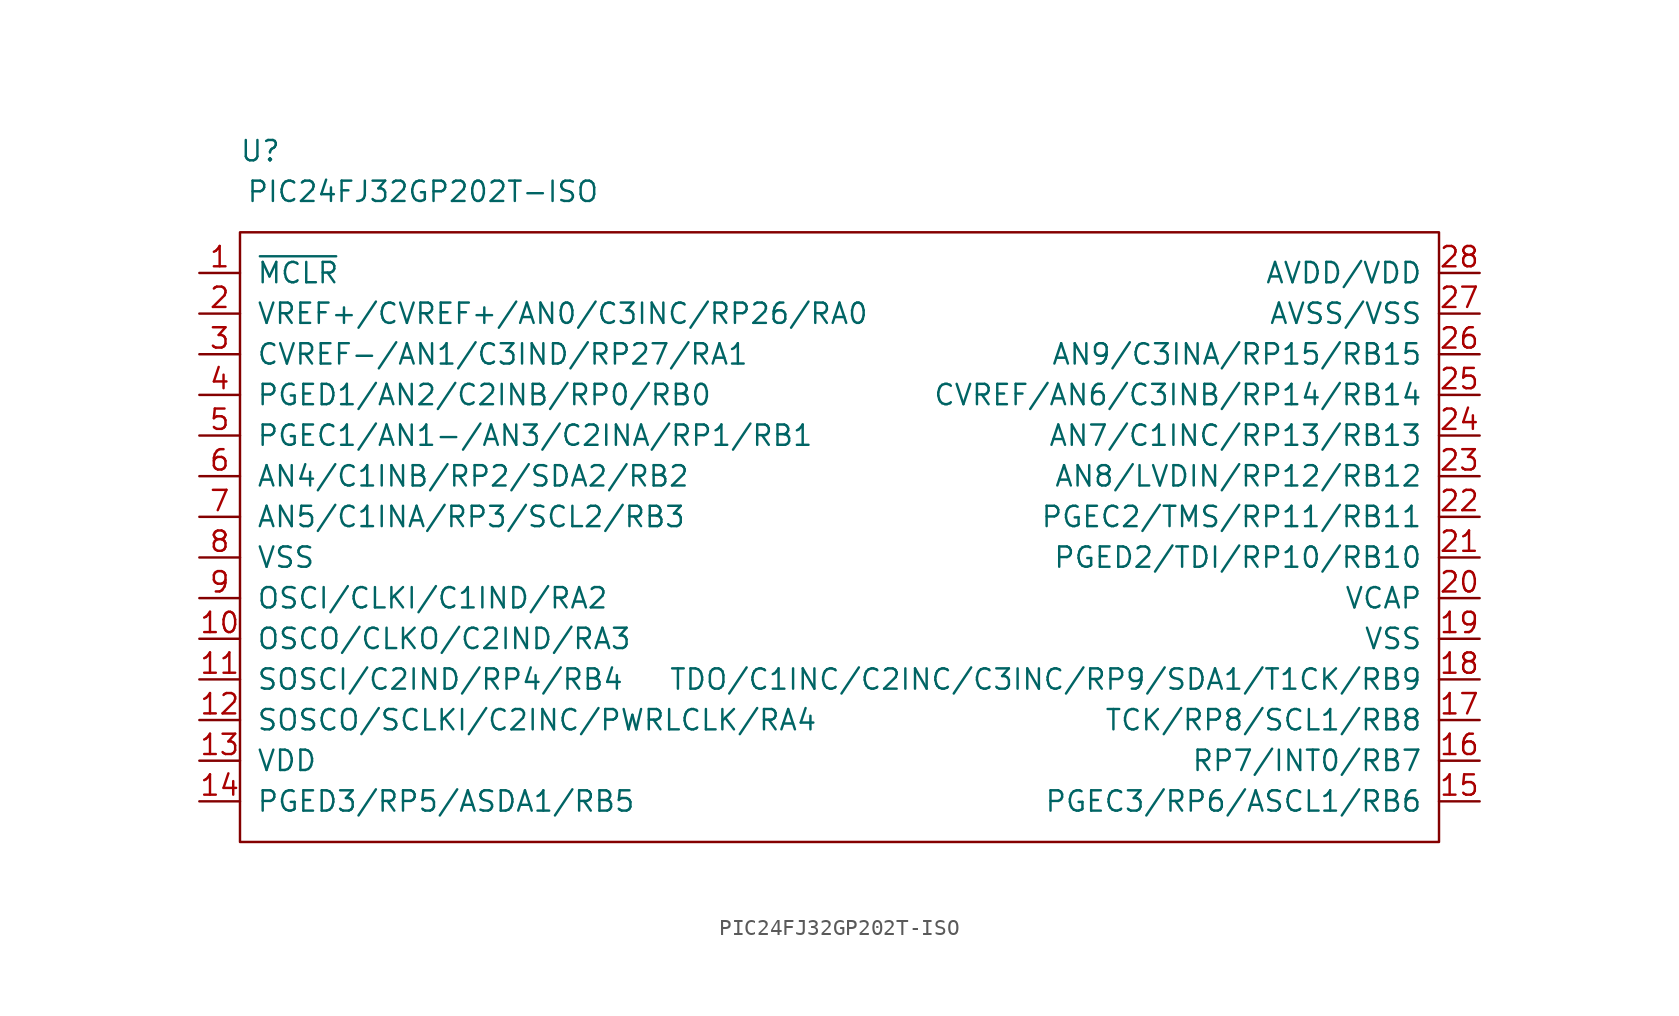
<source format=kicad_sym>
(kicad_symbol_lib
  (version 20211014)
  (generator kicad_symbol_editor)
  (symbol "PIC24FJ32GP202T-ISO"
    (pin_names
      (offset 1.016))
    (property "Reference" "U"
      (at -11.43 2.54 0)
      (effects (font (size 1.27 1.27))))
    (property "Value" "PIC24FJ32GP202T-ISO"
      (at -1.27 0 0)
      (effects (font (size 1.27 1.27))))
    (symbol "PIC24FJ32GP202T-ISO_0_1"
      (rectangle (start -12.7 -2.54) (end 62.23 -40.64) (stroke (width 0) (type default) (color 0 0 0 0)) (fill (type none))))
    (symbol "PIC24FJ32GP202T-ISO_1_1"
      (pin passive line (at -15.24 -5.08 0) (length 2.54) (name "~{MCLR}" (effects (font (size 1.27 1.27)))) (number "1" (effects (font (size 1.27 1.27)))))
      (pin passive line (at -15.24 -27.94 0) (length 2.54) (name "OSCO/CLKO/C2IND/RA3" (effects (font (size 1.27 1.27)))) (number "10" (effects (font (size 1.27 1.27)))))
      (pin passive line (at -15.24 -30.48 0) (length 2.54) (name "SOSCI/C2IND/RP4/RB4" (effects (font (size 1.27 1.27)))) (number "11" (effects (font (size 1.27 1.27)))))
      (pin passive line (at -15.24 -33.02 0) (length 2.54) (name "SOSCO/SCLKI/C2INC/PWRLCLK/RA4" (effects (font (size 1.27 1.27)))) (number "12" (effects (font (size 1.27 1.27)))))
      (pin passive line (at -15.24 -35.56 0) (length 2.54) (name "VDD" (effects (font (size 1.27 1.27)))) (number "13" (effects (font (size 1.27 1.27)))))
      (pin passive line (at -15.24 -38.1 0) (length 2.54) (name "PGED3/RP5/ASDA1/RB5" (effects (font (size 1.27 1.27)))) (number "14" (effects (font (size 1.27 1.27)))))
      (pin passive line (at 64.77 -38.1 180) (length 2.54) (name "PGEC3/RP6/ASCL1/RB6" (effects (font (size 1.27 1.27)))) (number "15" (effects (font (size 1.27 1.27)))))
      (pin passive line (at 64.77 -35.56 180) (length 2.54) (name "RP7/INT0/RB7" (effects (font (size 1.27 1.27)))) (number "16" (effects (font (size 1.27 1.27)))))
      (pin passive line (at 64.77 -33.02 180) (length 2.54) (name "TCK/RP8/SCL1/RB8" (effects (font (size 1.27 1.27)))) (number "17" (effects (font (size 1.27 1.27)))))
      (pin passive line (at 64.77 -30.48 180) (length 2.54) (name "TDO/C1INC/C2INC/C3INC/RP9/SDA1/T1CK/RB9" (effects (font (size 1.27 1.27)))) (number "18" (effects (font (size 1.27 1.27)))))
      (pin passive line (at 64.77 -27.94 180) (length 2.54) (name "VSS" (effects (font (size 1.27 1.27)))) (number "19" (effects (font (size 1.27 1.27)))))
      (pin passive line (at -15.24 -7.62 0) (length 2.54) (name "VREF+/CVREF+/AN0/C3INC/RP26/RA0" (effects (font (size 1.27 1.27)))) (number "2" (effects (font (size 1.27 1.27)))))
      (pin passive line (at 64.77 -25.4 180) (length 2.54) (name "VCAP" (effects (font (size 1.27 1.27)))) (number "20" (effects (font (size 1.27 1.27)))))
      (pin passive line (at 64.77 -22.86 180) (length 2.54) (name "PGED2/TDI/RP10/RB10" (effects (font (size 1.27 1.27)))) (number "21" (effects (font (size 1.27 1.27)))))
      (pin passive line (at 64.77 -20.32 180) (length 2.54) (name "PGEC2/TMS/RP11/RB11" (effects (font (size 1.27 1.27)))) (number "22" (effects (font (size 1.27 1.27)))))
      (pin passive line (at 64.77 -17.78 180) (length 2.54) (name "AN8/LVDIN/RP12/RB12" (effects (font (size 1.27 1.27)))) (number "23" (effects (font (size 1.27 1.27)))))
      (pin passive line (at 64.77 -15.24 180) (length 2.54) (name "AN7/C1INC/RP13/RB13" (effects (font (size 1.27 1.27)))) (number "24" (effects (font (size 1.27 1.27)))))
      (pin passive line (at 64.77 -12.7 180) (length 2.54) (name "CVREF/AN6/C3INB/RP14/RB14" (effects (font (size 1.27 1.27)))) (number "25" (effects (font (size 1.27 1.27)))))
      (pin passive line (at 64.77 -10.16 180) (length 2.54) (name "AN9/C3INA/RP15/RB15" (effects (font (size 1.27 1.27)))) (number "26" (effects (font (size 1.27 1.27)))))
      (pin passive line (at 64.77 -7.62 180) (length 2.54) (name "AVSS/VSS" (effects (font (size 1.27 1.27)))) (number "27" (effects (font (size 1.27 1.27)))))
      (pin passive line (at 64.77 -5.08 180) (length 2.54) (name "AVDD/VDD" (effects (font (size 1.27 1.27)))) (number "28" (effects (font (size 1.27 1.27)))))
      (pin passive line (at -15.24 -10.16 0) (length 2.54) (name "CVREF-/AN1/C3IND/RP27/RA1" (effects (font (size 1.27 1.27)))) (number "3" (effects (font (size 1.27 1.27)))))
      (pin passive line (at -15.24 -12.7 0) (length 2.54) (name "PGED1/AN2/C2INB/RP0/RB0" (effects (font (size 1.27 1.27)))) (number "4" (effects (font (size 1.27 1.27)))))
      (pin passive line (at -15.24 -15.24 0) (length 2.54) (name "PGEC1/AN1-/AN3/C2INA/RP1/RB1" (effects (font (size 1.27 1.27)))) (number "5" (effects (font (size 1.27 1.27)))))
      (pin passive line (at -15.24 -17.78 0) (length 2.54) (name "AN4/C1INB/RP2/SDA2/RB2" (effects (font (size 1.27 1.27)))) (number "6" (effects (font (size 1.27 1.27)))))
      (pin passive line (at -15.24 -20.32 0) (length 2.54) (name "AN5/C1INA/RP3/SCL2/RB3" (effects (font (size 1.27 1.27)))) (number "7" (effects (font (size 1.27 1.27)))))
      (pin passive line (at -15.24 -22.86 0) (length 2.54) (name "VSS" (effects (font (size 1.27 1.27)))) (number "8" (effects (font (size 1.27 1.27)))))
      (pin passive line (at -15.24 -25.4 0) (length 2.54) (name "OSCI/CLKI/C1IND/RA2" (effects (font (size 1.27 1.27)))) (number "9" (effects (font (size 1.27 1.27))))))))
</source>
